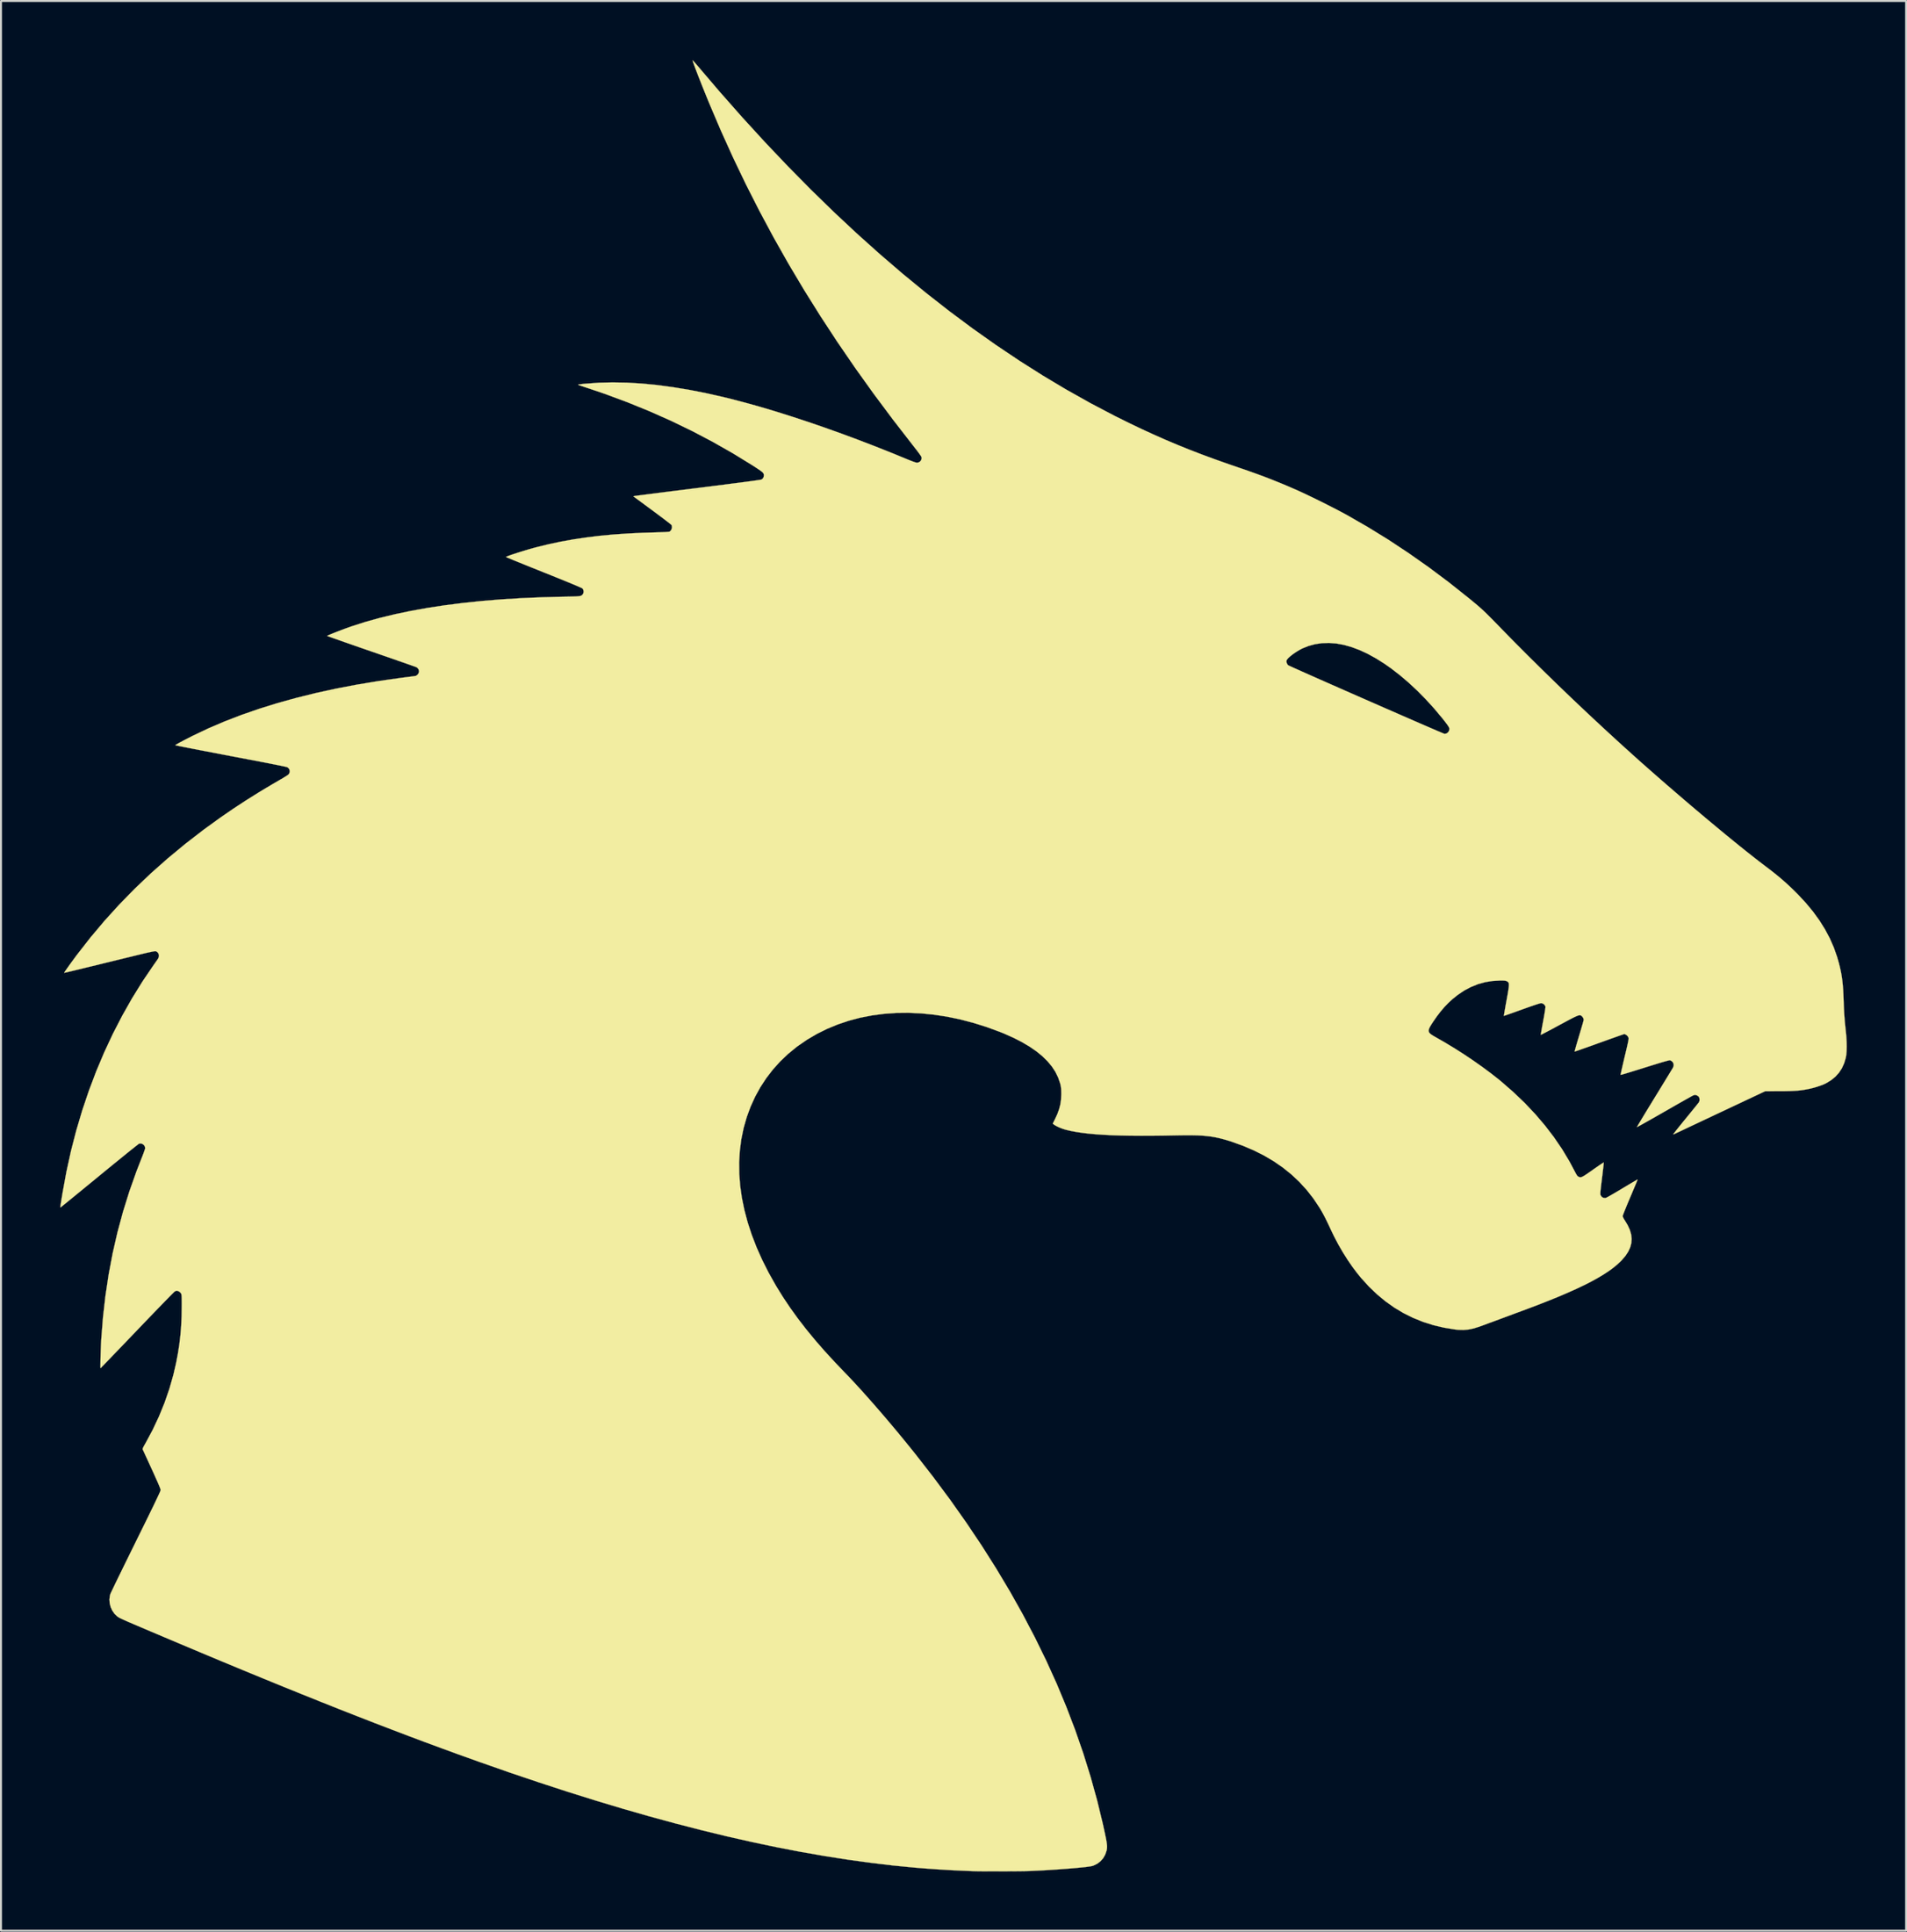
<source format=kicad_pcb>
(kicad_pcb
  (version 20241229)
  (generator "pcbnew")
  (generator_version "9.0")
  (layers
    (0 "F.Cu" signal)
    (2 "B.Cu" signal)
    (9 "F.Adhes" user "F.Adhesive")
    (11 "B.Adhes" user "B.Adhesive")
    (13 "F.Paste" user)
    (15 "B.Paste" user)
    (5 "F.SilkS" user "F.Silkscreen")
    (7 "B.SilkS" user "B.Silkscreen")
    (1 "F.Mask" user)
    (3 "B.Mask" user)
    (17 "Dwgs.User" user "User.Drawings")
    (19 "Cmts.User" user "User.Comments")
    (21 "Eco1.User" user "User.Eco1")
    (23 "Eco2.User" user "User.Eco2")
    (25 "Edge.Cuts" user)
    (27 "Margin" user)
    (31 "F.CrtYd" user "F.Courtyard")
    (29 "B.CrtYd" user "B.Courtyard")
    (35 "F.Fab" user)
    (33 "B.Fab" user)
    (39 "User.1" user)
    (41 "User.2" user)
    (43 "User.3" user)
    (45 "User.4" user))
  (footprint "Badge_DragonJAR_2024_Actualizado"
    (layer "F.Cu")
    (at 46.184 45.251)
    (property "Reference" "Badge_DragonJAR_2024_Actualizado" (at 0 0 0) (layer "F.SilkS") (effects (font (size 1.27 1.27) (thickness 0.15))))
    (attr through_hole)
    (fp_poly (pts (xy -14.18 -45.234) (xy -14.142 -45.195) (xy -14.086 -45.134) (xy -14.017 -45.055) (xy -13.967 -44.996) (xy -12.825 -43.658) (xy -11.68 -42.361) (xy -10.531 -41.106) (xy -9.379 -39.894) (xy -8.224 -38.723) (xy -7.066 -37.594) (xy -5.904 -36.507) (xy -4.738 -35.462) (xy -3.569 -34.458) (xy -2.396 -33.496) (xy -1.219 -32.575) (xy -0.038 -31.696) (xy 1.147 -30.858) (xy 2.336 -30.061) (xy 3.53 -29.305) (xy 4.728 -28.591) (xy 5.93 -27.917) (xy 7.136 -27.284) (xy 7.218 -27.243) (xy 7.861 -26.924) (xy 8.486 -26.624) (xy 9.102 -26.341) (xy 9.714 -26.07) (xy 10.329 -25.811) (xy 10.954 -25.558) (xy 11.597 -25.311) (xy 12.263 -25.066) (xy 12.961 -24.82) (xy 13.409 -24.666) (xy 13.879 -24.505) (xy 14.316 -24.349) (xy 14.729 -24.197) (xy 15.127 -24.043) (xy 15.517 -23.886) (xy 15.909 -23.722) (xy 16.311 -23.547) (xy 16.37 -23.522) (xy 16.576 -23.428) (xy 16.813 -23.318) (xy 17.071 -23.194) (xy 17.345 -23.061) (xy 17.626 -22.922) (xy 17.908 -22.781) (xy 18.182 -22.641) (xy 18.442 -22.507) (xy 18.681 -22.381) (xy 18.89 -22.268) (xy 18.906 -22.259) (xy 19.949 -21.66) (xy 20.987 -21.021) (xy 22.017 -20.341) (xy 23.039 -19.623) (xy 24.051 -18.866) (xy 25.051 -18.072) (xy 25.421 -17.767) (xy 25.529 -17.676) (xy 25.632 -17.586) (xy 25.735 -17.493) (xy 25.842 -17.393) (xy 25.958 -17.282) (xy 26.085 -17.156) (xy 26.229 -17.012) (xy 26.394 -16.844) (xy 26.583 -16.649) (xy 26.596 -16.636) (xy 27.299 -15.917) (xy 28.032 -15.181) (xy 28.789 -14.433) (xy 29.563 -13.679) (xy 30.35 -12.924) (xy 31.143 -12.175) (xy 31.937 -11.436) (xy 32.725 -10.713) (xy 33.501 -10.012) (xy 33.824 -9.724) (xy 34.235 -9.362) (xy 34.654 -8.994) (xy 35.08 -8.623) (xy 35.51 -8.253) (xy 35.94 -7.883) (xy 36.369 -7.518) (xy 36.794 -7.159) (xy 37.212 -6.808) (xy 37.621 -6.468) (xy 38.017 -6.14) (xy 38.399 -5.828) (xy 38.763 -5.532) (xy 39.107 -5.256) (xy 39.429 -5.002) (xy 39.725 -4.771) (xy 39.993 -4.566) (xy 40.047 -4.525) (xy 40.369 -4.28) (xy 40.661 -4.047) (xy 40.931 -3.821) (xy 41.187 -3.593) (xy 41.436 -3.359) (xy 41.687 -3.11) (xy 41.72 -3.077) (xy 42.122 -2.644) (xy 42.483 -2.208) (xy 42.803 -1.767) (xy 43.084 -1.319) (xy 43.327 -0.863) (xy 43.532 -0.396) (xy 43.701 0.083) (xy 43.794 0.409) (xy 43.848 0.632) (xy 43.894 0.843) (xy 43.931 1.05) (xy 43.961 1.262) (xy 43.985 1.486) (xy 44.004 1.731) (xy 44.018 2.003) (xy 44.027 2.233) (xy 44.036 2.497) (xy 44.046 2.729) (xy 44.057 2.938) (xy 44.071 3.133) (xy 44.086 3.326) (xy 44.105 3.525) (xy 44.128 3.741) (xy 44.138 3.831) (xy 44.164 4.106) (xy 44.18 4.368) (xy 44.185 4.613) (xy 44.179 4.834) (xy 44.163 5.026) (xy 44.137 5.179) (xy 44.054 5.458) (xy 43.94 5.709) (xy 43.792 5.934) (xy 43.611 6.134) (xy 43.396 6.31) (xy 43.146 6.462) (xy 43.105 6.483) (xy 42.988 6.536) (xy 42.84 6.591) (xy 42.675 6.646) (xy 42.504 6.696) (xy 42.338 6.737) (xy 42.331 6.739) (xy 42.17 6.772) (xy 42.014 6.8) (xy 41.856 6.822) (xy 41.691 6.839) (xy 41.51 6.851) (xy 41.308 6.86) (xy 41.077 6.865) (xy 40.812 6.867) (xy 40.778 6.867) (xy 40.058 6.869) (xy 37.793 7.935) (xy 37.501 8.072) (xy 37.218 8.205) (xy 36.948 8.333) (xy 36.693 8.453) (xy 36.455 8.565) (xy 36.237 8.668) (xy 36.042 8.76) (xy 35.871 8.841) (xy 35.727 8.909) (xy 35.612 8.963) (xy 35.53 9.002) (xy 35.481 9.025) (xy 35.47 9.031) (xy 35.43 9.046) (xy 35.412 9.043) (xy 35.412 9.042) (xy 35.425 9.023) (xy 35.462 8.974) (xy 35.521 8.899) (xy 35.599 8.801) (xy 35.693 8.683) (xy 35.801 8.55) (xy 35.92 8.403) (xy 36.042 8.253) (xy 36.171 8.096) (xy 36.292 7.947) (xy 36.403 7.81) (xy 36.502 7.689) (xy 36.584 7.586) (xy 36.648 7.507) (xy 36.691 7.453) (xy 36.709 7.43) (xy 36.739 7.355) (xy 36.744 7.266) (xy 36.723 7.183) (xy 36.702 7.147) (xy 36.652 7.104) (xy 36.587 7.071) (xy 36.578 7.068) (xy 36.52 7.055) (xy 36.47 7.061) (xy 36.406 7.086) (xy 36.405 7.086) (xy 36.371 7.104) (xy 36.304 7.14) (xy 36.207 7.195) (xy 36.082 7.265) (xy 35.933 7.349) (xy 35.763 7.445) (xy 35.575 7.552) (xy 35.372 7.668) (xy 35.158 7.791) (xy 34.946 7.912) (xy 34.726 8.038) (xy 34.516 8.157) (xy 34.321 8.268) (xy 34.141 8.37) (xy 33.982 8.459) (xy 33.844 8.536) (xy 33.732 8.598) (xy 33.648 8.644) (xy 33.595 8.672) (xy 33.575 8.68) (xy 33.575 8.68) (xy 33.585 8.66) (xy 33.616 8.607) (xy 33.665 8.523) (xy 33.732 8.411) (xy 33.814 8.274) (xy 33.911 8.114) (xy 34.019 7.935) (xy 34.139 7.739) (xy 34.268 7.528) (xy 34.404 7.305) (xy 34.471 7.195) (xy 34.612 6.967) (xy 34.746 6.748) (xy 34.872 6.541) (xy 34.989 6.35) (xy 35.095 6.176) (xy 35.189 6.023) (xy 35.267 5.894) (xy 35.33 5.791) (xy 35.374 5.718) (xy 35.399 5.676) (xy 35.403 5.668) (xy 35.433 5.573) (xy 35.426 5.478) (xy 35.384 5.396) (xy 35.37 5.38) (xy 35.315 5.336) (xy 35.258 5.306) (xy 35.247 5.303) (xy 35.221 5.304) (xy 35.17 5.314) (xy 35.092 5.334) (xy 34.986 5.363) (xy 34.849 5.402) (xy 34.679 5.453) (xy 34.475 5.516) (xy 34.234 5.59) (xy 33.973 5.672) (xy 33.756 5.74) (xy 33.55 5.804) (xy 33.361 5.862) (xy 33.19 5.915) (xy 33.042 5.96) (xy 32.921 5.996) (xy 32.829 6.023) (xy 32.77 6.039) (xy 32.748 6.043) (xy 32.748 6.043) (xy 32.751 6.021) (xy 32.763 5.962) (xy 32.782 5.87) (xy 32.809 5.75) (xy 32.842 5.606) (xy 32.88 5.441) (xy 32.922 5.26) (xy 32.954 5.125) (xy 33.006 4.907) (xy 33.049 4.727) (xy 33.083 4.581) (xy 33.109 4.464) (xy 33.129 4.372) (xy 33.142 4.302) (xy 33.149 4.25) (xy 33.152 4.212) (xy 33.151 4.184) (xy 33.147 4.163) (xy 33.14 4.143) (xy 33.139 4.141) (xy 33.099 4.079) (xy 33.038 4.024) (xy 32.973 3.988) (xy 32.933 3.979) (xy 32.907 3.986) (xy 32.845 4.007) (xy 32.751 4.039) (xy 32.627 4.082) (xy 32.477 4.135) (xy 32.306 4.196) (xy 32.115 4.264) (xy 31.91 4.337) (xy 31.692 4.416) (xy 31.666 4.425) (xy 31.448 4.504) (xy 31.242 4.578) (xy 31.052 4.646) (xy 30.88 4.706) (xy 30.731 4.759) (xy 30.607 4.802) (xy 30.512 4.834) (xy 30.45 4.854) (xy 30.424 4.861) (xy 30.423 4.861) (xy 30.427 4.839) (xy 30.441 4.781) (xy 30.466 4.692) (xy 30.499 4.575) (xy 30.54 4.436) (xy 30.586 4.278) (xy 30.637 4.107) (xy 30.647 4.073) (xy 30.7 3.898) (xy 30.748 3.735) (xy 30.791 3.588) (xy 30.828 3.462) (xy 30.856 3.362) (xy 30.874 3.292) (xy 30.882 3.257) (xy 30.882 3.256) (xy 30.867 3.19) (xy 30.829 3.12) (xy 30.778 3.065) (xy 30.772 3.06) (xy 30.745 3.043) (xy 30.718 3.031) (xy 30.688 3.026) (xy 30.65 3.028) (xy 30.602 3.04) (xy 30.54 3.063) (xy 30.462 3.097) (xy 30.363 3.144) (xy 30.241 3.207) (xy 30.093 3.285) (xy 29.915 3.38) (xy 29.704 3.494) (xy 29.644 3.526) (xy 29.462 3.624) (xy 29.292 3.716) (xy 29.137 3.798) (xy 29 3.871) (xy 28.886 3.93) (xy 28.798 3.976) (xy 28.739 4.006) (xy 28.712 4.017) (xy 28.712 4.017) (xy 28.713 3.995) (xy 28.722 3.936) (xy 28.737 3.846) (xy 28.758 3.729) (xy 28.782 3.59) (xy 28.811 3.434) (xy 28.831 3.325) (xy 28.865 3.14) (xy 28.894 2.975) (xy 28.917 2.833) (xy 28.934 2.72) (xy 28.944 2.638) (xy 28.947 2.593) (xy 28.946 2.587) (xy 28.909 2.515) (xy 28.845 2.455) (xy 28.768 2.419) (xy 28.726 2.414) (xy 28.689 2.421) (xy 28.615 2.442) (xy 28.509 2.475) (xy 28.374 2.52) (xy 28.213 2.575) (xy 28.03 2.639) (xy 27.83 2.71) (xy 27.75 2.739) (xy 27.564 2.806) (xy 27.392 2.868) (xy 27.236 2.923) (xy 27.1 2.971) (xy 26.989 3.01) (xy 26.907 3.038) (xy 26.857 3.055) (xy 26.843 3.058) (xy 26.845 3.037) (xy 26.854 2.978) (xy 26.87 2.887) (xy 26.89 2.769) (xy 26.915 2.627) (xy 26.943 2.467) (xy 26.975 2.293) (xy 26.977 2.283) (xy 27.016 2.067) (xy 27.048 1.889) (xy 27.071 1.744) (xy 27.088 1.629) (xy 27.097 1.539) (xy 27.098 1.471) (xy 27.093 1.42) (xy 27.08 1.383) (xy 27.06 1.355) (xy 27.034 1.332) (xy 27.002 1.311) (xy 26.967 1.294) (xy 26.925 1.282) (xy 26.868 1.275) (xy 26.785 1.271) (xy 26.67 1.27) (xy 26.279 1.291) (xy 25.9 1.353) (xy 25.533 1.454) (xy 25.177 1.597) (xy 24.832 1.78) (xy 24.499 2.005) (xy 24.246 2.208) (xy 24.035 2.402) (xy 23.834 2.61) (xy 23.64 2.838) (xy 23.446 3.092) (xy 23.252 3.372) (xy 23.157 3.519) (xy 23.088 3.638) (xy 23.048 3.735) (xy 23.035 3.814) (xy 23.052 3.883) (xy 23.099 3.946) (xy 23.177 4.009) (xy 23.287 4.078) (xy 23.368 4.124) (xy 23.853 4.401) (xy 24.341 4.696) (xy 24.826 5.005) (xy 25.3 5.323) (xy 25.757 5.646) (xy 26.19 5.967) (xy 26.592 6.283) (xy 26.718 6.387) (xy 27.328 6.919) (xy 27.899 7.465) (xy 28.429 8.026) (xy 28.92 8.601) (xy 29.372 9.191) (xy 29.785 9.796) (xy 30.158 10.417) (xy 30.435 10.938) (xy 30.492 11.045) (xy 30.537 11.119) (xy 30.576 11.165) (xy 30.606 11.186) (xy 30.646 11.205) (xy 30.683 11.217) (xy 30.721 11.219) (xy 30.766 11.211) (xy 30.82 11.189) (xy 30.888 11.152) (xy 30.974 11.097) (xy 31.084 11.024) (xy 31.22 10.929) (xy 31.349 10.838) (xy 31.482 10.745) (xy 31.603 10.661) (xy 31.708 10.589) (xy 31.794 10.533) (xy 31.855 10.494) (xy 31.889 10.475) (xy 31.894 10.475) (xy 31.892 10.499) (xy 31.887 10.561) (xy 31.877 10.655) (xy 31.863 10.777) (xy 31.846 10.922) (xy 31.827 11.085) (xy 31.805 11.262) (xy 31.803 11.279) (xy 31.778 11.482) (xy 31.758 11.647) (xy 31.743 11.779) (xy 31.732 11.882) (xy 31.725 11.961) (xy 31.722 12.019) (xy 31.722 12.061) (xy 31.725 12.092) (xy 31.731 12.116) (xy 31.74 12.137) (xy 31.742 12.142) (xy 31.799 12.217) (xy 31.879 12.261) (xy 31.971 12.268) (xy 32.004 12.262) (xy 32.038 12.246) (xy 32.103 12.212) (xy 32.197 12.16) (xy 32.314 12.093) (xy 32.45 12.014) (xy 32.601 11.925) (xy 32.763 11.829) (xy 32.839 11.783) (xy 33.001 11.686) (xy 33.152 11.596) (xy 33.288 11.515) (xy 33.404 11.447) (xy 33.498 11.392) (xy 33.564 11.354) (xy 33.601 11.334) (xy 33.606 11.332) (xy 33.6 11.352) (xy 33.578 11.407) (xy 33.543 11.494) (xy 33.496 11.607) (xy 33.438 11.744) (xy 33.372 11.901) (xy 33.3 12.073) (xy 33.232 12.232) (xy 33.154 12.417) (xy 33.081 12.591) (xy 33.015 12.751) (xy 32.958 12.891) (xy 32.911 13.009) (xy 32.877 13.1) (xy 32.856 13.16) (xy 32.851 13.183) (xy 32.863 13.229) (xy 32.897 13.299) (xy 32.947 13.383) (xy 32.958 13.399) (xy 33.106 13.644) (xy 33.214 13.882) (xy 33.28 14.111) (xy 33.304 14.335) (xy 33.288 14.554) (xy 33.229 14.77) (xy 33.129 14.985) (xy 32.987 15.198) (xy 32.803 15.413) (xy 32.755 15.462) (xy 32.577 15.629) (xy 32.373 15.796) (xy 32.143 15.965) (xy 31.883 16.135) (xy 31.594 16.308) (xy 31.274 16.484) (xy 30.922 16.664) (xy 30.535 16.848) (xy 30.113 17.038) (xy 29.655 17.235) (xy 29.159 17.437) (xy 28.623 17.648) (xy 28.332 17.759) (xy 28.23 17.797) (xy 28.096 17.848) (xy 27.933 17.909) (xy 27.746 17.978) (xy 27.541 18.054) (xy 27.323 18.135) (xy 27.097 18.219) (xy 26.868 18.304) (xy 26.641 18.388) (xy 26.422 18.469) (xy 26.215 18.546) (xy 26.025 18.615) (xy 25.859 18.677) (xy 25.72 18.728) (xy 25.614 18.766) (xy 25.589 18.775) (xy 25.317 18.861) (xy 25.059 18.915) (xy 24.803 18.938) (xy 24.538 18.931) (xy 24.373 18.914) (xy 23.811 18.822) (xy 23.269 18.693) (xy 22.748 18.528) (xy 22.247 18.325) (xy 21.765 18.086) (xy 21.302 17.809) (xy 20.858 17.494) (xy 20.431 17.141) (xy 20.022 16.75) (xy 19.63 16.32) (xy 19.426 16.071) (xy 19.18 15.745) (xy 18.934 15.387) (xy 18.694 15.005) (xy 18.465 14.61) (xy 18.255 14.21) (xy 18.103 13.896) (xy 17.993 13.658) (xy 17.895 13.453) (xy 17.806 13.274) (xy 17.723 13.115) (xy 17.643 12.969) (xy 17.562 12.83) (xy 17.516 12.754) (xy 17.208 12.293) (xy 16.869 11.86) (xy 16.5 11.456) (xy 16.1 11.08) (xy 15.668 10.732) (xy 15.206 10.412) (xy 14.711 10.12) (xy 14.185 9.856) (xy 13.627 9.619) (xy 13.049 9.413) (xy 12.825 9.343) (xy 12.614 9.283) (xy 12.411 9.232) (xy 12.211 9.191) (xy 12.007 9.157) (xy 11.796 9.132) (xy 11.572 9.113) (xy 11.329 9.101) (xy 11.062 9.095) (xy 10.766 9.094) (xy 10.436 9.098) (xy 10.266 9.101) (xy 9.622 9.113) (xy 9.02 9.12) (xy 8.456 9.121) (xy 7.931 9.117) (xy 7.443 9.107) (xy 6.989 9.092) (xy 6.57 9.07) (xy 6.184 9.043) (xy 5.83 9.011) (xy 5.505 8.972) (xy 5.209 8.927) (xy 4.941 8.877) (xy 4.7 8.82) (xy 4.636 8.803) (xy 4.512 8.763) (xy 4.382 8.713) (xy 4.259 8.657) (xy 4.155 8.602) (xy 4.092 8.561) (xy 4.022 8.507) (xy 4.136 8.281) (xy 4.255 8.023) (xy 4.343 7.781) (xy 4.404 7.546) (xy 4.44 7.307) (xy 4.453 7.054) (xy 4.454 6.996) (xy 4.452 6.86) (xy 4.447 6.754) (xy 4.438 6.666) (xy 4.424 6.584) (xy 4.403 6.495) (xy 4.396 6.471) (xy 4.296 6.176) (xy 4.156 5.89) (xy 3.976 5.615) (xy 3.755 5.35) (xy 3.494 5.095) (xy 3.192 4.849) (xy 2.849 4.613) (xy 2.466 4.386) (xy 2.042 4.169) (xy 1.576 3.961) (xy 1.344 3.867) (xy 0.67 3.62) (xy -0.001 3.41) (xy -0.669 3.236) (xy -1.331 3.098) (xy -1.987 2.998) (xy -2.636 2.933) (xy -3.275 2.905) (xy -3.904 2.912) (xy -4.522 2.956) (xy -5.126 3.036) (xy -5.716 3.151) (xy -6.291 3.303) (xy -6.849 3.49) (xy -7.389 3.712) (xy -7.909 3.97) (xy -8.408 4.263) (xy -8.885 4.592) (xy -8.943 4.635) (xy -9.373 4.987) (xy -9.771 5.366) (xy -10.136 5.772) (xy -10.469 6.204) (xy -10.768 6.66) (xy -11.033 7.14) (xy -11.262 7.641) (xy -11.455 8.163) (xy -11.611 8.706) (xy -11.62 8.742) (xy -11.735 9.302) (xy -11.809 9.874) (xy -11.844 10.456) (xy -11.838 11.047) (xy -11.792 11.647) (xy -11.706 12.255) (xy -11.58 12.87) (xy -11.415 13.492) (xy -11.21 14.119) (xy -10.966 14.752) (xy -10.683 15.388) (xy -10.361 16.028) (xy -10 16.671) (xy -9.965 16.73) (xy -9.627 17.276) (xy -9.263 17.819) (xy -8.872 18.361) (xy -8.452 18.905) (xy -8 19.454) (xy -7.515 20.011) (xy -6.994 20.577) (xy -6.551 21.04) (xy -6.264 21.338) (xy -5.957 21.667) (xy -5.631 22.023) (xy -5.292 22.403) (xy -4.941 22.802) (xy -4.582 23.216) (xy -4.219 23.643) (xy -3.854 24.078) (xy -3.491 24.518) (xy -3.134 24.958) (xy -2.932 25.209) (xy -2.03 26.367) (xy -1.17 27.524) (xy -0.352 28.682) (xy 0.425 29.84) (xy 1.159 30.998) (xy 1.853 32.158) (xy 2.505 33.319) (xy 3.116 34.483) (xy 3.687 35.649) (xy 4.217 36.817) (xy 4.706 37.989) (xy 5.155 39.164) (xy 5.564 40.343) (xy 5.933 41.526) (xy 6.263 42.713) (xy 6.553 43.906) (xy 6.647 44.334) (xy 6.688 44.531) (xy 6.721 44.693) (xy 6.744 44.825) (xy 6.759 44.933) (xy 6.767 45.022) (xy 6.767 45.099) (xy 6.761 45.168) (xy 6.75 45.235) (xy 6.743 45.263) (xy 6.675 45.463) (xy 6.573 45.642) (xy 6.439 45.796) (xy 6.278 45.921) (xy 6.092 46.013) (xy 6.032 46.034) (xy 5.966 46.049) (xy 5.861 46.066) (xy 5.722 46.085) (xy 5.552 46.104) (xy 5.355 46.124) (xy 5.134 46.145) (xy 4.895 46.165) (xy 4.64 46.185) (xy 4.373 46.205) (xy 4.099 46.224) (xy 3.821 46.242) (xy 3.542 46.258) (xy 3.267 46.273) (xy 3 46.285) (xy 2.857 46.291) (xy 2.741 46.295) (xy 2.588 46.298) (xy 2.405 46.301) (xy 2.197 46.303) (xy 1.971 46.305) (xy 1.733 46.306) (xy 1.487 46.307) (xy 1.24 46.308) (xy 0.998 46.308) (xy 0.766 46.308) (xy 0.55 46.307) (xy 0.355 46.305) (xy 0.189 46.303) (xy 0.056 46.3) (xy 0 46.299) (xy -0.608 46.274) (xy -1.214 46.244) (xy -1.807 46.208) (xy -2.379 46.168) (xy -2.919 46.124) (xy -2.953 46.121) (xy -4.071 46.011) (xy -5.208 45.876) (xy -6.363 45.716) (xy -7.537 45.532) (xy -8.732 45.323) (xy -9.948 45.089) (xy -11.185 44.829) (xy -12.446 44.544) (xy -13.73 44.232) (xy -15.038 43.895) (xy -16.372 43.532) (xy -17.732 43.142) (xy -19.119 42.725) (xy -20.534 42.282) (xy -21.977 41.811) (xy -23.451 41.314) (xy -24.954 40.788) (xy -26.046 40.397) (xy -26.867 40.097) (xy -27.699 39.79) (xy -28.541 39.474) (xy -29.397 39.149) (xy -30.268 38.815) (xy -31.156 38.469) (xy -32.064 38.113) (xy -32.992 37.744) (xy -33.943 37.362) (xy -34.92 36.967) (xy -35.923 36.557) (xy -36.956 36.132) (xy -38.019 35.691) (xy -39.115 35.233) (xy -40.246 34.757) (xy -40.915 34.475) (xy -41.26 34.328) (xy -41.569 34.198) (xy -41.842 34.082) (xy -42.084 33.979) (xy -42.295 33.889) (xy -42.479 33.811) (xy -42.636 33.743) (xy -42.77 33.685) (xy -42.883 33.635) (xy -42.977 33.593) (xy -43.054 33.558) (xy -43.116 33.529) (xy -43.166 33.504) (xy -43.206 33.483) (xy -43.237 33.465) (xy -43.263 33.448) (xy -43.285 33.432) (xy -43.306 33.416) (xy -43.309 33.414) (xy -43.446 33.281) (xy -43.555 33.123) (xy -43.635 32.946) (xy -43.683 32.758) (xy -43.697 32.567) (xy -43.675 32.379) (xy -43.65 32.29) (xy -43.635 32.255) (xy -43.603 32.186) (xy -43.554 32.083) (xy -43.49 31.949) (xy -43.412 31.786) (xy -43.32 31.597) (xy -43.217 31.385) (xy -43.102 31.151) (xy -42.978 30.898) (xy -42.846 30.628) (xy -42.706 30.343) (xy -42.56 30.047) (xy -42.409 29.741) (xy -42.356 29.633) (xy -42.164 29.243) (xy -41.989 28.89) (xy -41.833 28.572) (xy -41.694 28.288) (xy -41.571 28.036) (xy -41.464 27.816) (xy -41.373 27.626) (xy -41.296 27.465) (xy -41.233 27.331) (xy -41.183 27.223) (xy -41.146 27.14) (xy -41.122 27.081) (xy -41.109 27.044) (xy -41.106 27.03) (xy -41.113 26.995) (xy -41.136 26.929) (xy -41.174 26.832) (xy -41.229 26.702) (xy -41.301 26.539) (xy -41.39 26.34) (xy -41.496 26.105) (xy -41.542 26.004) (xy -41.629 25.814) (xy -41.712 25.635) (xy -41.787 25.47) (xy -41.855 25.324) (xy -41.912 25.199) (xy -41.957 25.101) (xy -41.989 25.033) (xy -42.005 24.999) (xy -42.006 24.998) (xy -42.015 24.975) (xy -42.015 24.949) (xy -42.005 24.913) (xy -41.982 24.862) (xy -41.942 24.788) (xy -41.884 24.685) (xy -41.875 24.67) (xy -41.514 23.998) (xy -41.192 23.314) (xy -40.908 22.618) (xy -40.664 21.913) (xy -40.461 21.201) (xy -40.325 20.612) (xy -40.233 20.129) (xy -40.16 19.664) (xy -40.106 19.204) (xy -40.068 18.738) (xy -40.046 18.254) (xy -40.039 17.791) (xy -40.038 17.609) (xy -40.039 17.465) (xy -40.04 17.353) (xy -40.042 17.268) (xy -40.046 17.206) (xy -40.051 17.162) (xy -40.058 17.13) (xy -40.068 17.105) (xy -40.078 17.087) (xy -40.133 17.025) (xy -40.207 16.977) (xy -40.282 16.955) (xy -40.294 16.955) (xy -40.338 16.965) (xy -40.393 16.991) (xy -40.399 16.995) (xy -40.422 17.015) (xy -40.472 17.064) (xy -40.548 17.14) (xy -40.647 17.24) (xy -40.768 17.364) (xy -40.91 17.509) (xy -41.069 17.673) (xy -41.245 17.855) (xy -41.436 18.052) (xy -41.639 18.263) (xy -41.854 18.486) (xy -42.077 18.719) (xy -42.301 18.953) (xy -42.531 19.192) (xy -42.752 19.423) (xy -42.964 19.644) (xy -43.164 19.852) (xy -43.35 20.046) (xy -43.522 20.224) (xy -43.676 20.384) (xy -43.812 20.525) (xy -43.927 20.644) (xy -44.02 20.74) (xy -44.09 20.811) (xy -44.133 20.855) (xy -44.149 20.87) (xy -44.149 20.87) (xy -44.152 20.85) (xy -44.154 20.793) (xy -44.153 20.705) (xy -44.152 20.591) (xy -44.15 20.457) (xy -44.146 20.308) (xy -44.141 20.15) (xy -44.136 19.988) (xy -44.13 19.828) (xy -44.124 19.675) (xy -44.117 19.536) (xy -44.111 19.42) (xy -44.023 18.302) (xy -43.898 17.203) (xy -43.734 16.12) (xy -43.532 15.054) (xy -43.291 14.003) (xy -43.011 12.966) (xy -42.692 11.943) (xy -42.334 10.932) (xy -42.081 10.283) (xy -42.027 10.147) (xy -41.979 10.021) (xy -41.939 9.911) (xy -41.909 9.824) (xy -41.892 9.765) (xy -41.889 9.746) (xy -41.908 9.658) (xy -41.958 9.585) (xy -42.03 9.533) (xy -42.114 9.509) (xy -42.196 9.518) (xy -42.22 9.534) (xy -42.274 9.575) (xy -42.356 9.639) (xy -42.465 9.726) (xy -42.599 9.832) (xy -42.755 9.957) (xy -42.93 10.099) (xy -43.124 10.256) (xy -43.334 10.427) (xy -43.558 10.609) (xy -43.794 10.801) (xy -44.039 11.002) (xy -44.201 11.135) (xy -44.45 11.34) (xy -44.691 11.537) (xy -44.921 11.725) (xy -45.138 11.903) (xy -45.34 12.068) (xy -45.524 12.218) (xy -45.69 12.353) (xy -45.834 12.471) (xy -45.955 12.569) (xy -46.051 12.647) (xy -46.119 12.702) (xy -46.158 12.733) (xy -46.167 12.739) (xy -46.173 12.74) (xy -46.177 12.737) (xy -46.179 12.725) (xy -46.177 12.7) (xy -46.173 12.659) (xy -46.164 12.596) (xy -46.15 12.51) (xy -46.132 12.394) (xy -46.108 12.246) (xy -46.077 12.062) (xy -46.066 11.993) (xy -45.871 10.931) (xy -45.64 9.882) (xy -45.373 8.849) (xy -45.071 7.833) (xy -44.734 6.836) (xy -44.364 5.858) (xy -43.96 4.901) (xy -43.523 3.967) (xy -43.054 3.058) (xy -42.554 2.174) (xy -42.023 1.317) (xy -41.511 0.561) (xy -41.436 0.454) (xy -41.366 0.354) (xy -41.306 0.269) (xy -41.262 0.204) (xy -41.239 0.172) (xy -41.198 0.08) (xy -41.193 -0.015) (xy -41.222 -0.102) (xy -41.282 -0.172) (xy -41.326 -0.199) (xy -41.338 -0.204) (xy -41.351 -0.208) (xy -41.367 -0.211) (xy -41.389 -0.211) (xy -41.419 -0.209) (xy -41.46 -0.203) (xy -41.513 -0.194) (xy -41.581 -0.18) (xy -41.666 -0.161) (xy -41.771 -0.138) (xy -41.898 -0.108) (xy -42.05 -0.072) (xy -42.227 -0.029) (xy -42.434 0.021) (xy -42.672 0.079) (xy -42.944 0.145) (xy -43.252 0.221) (xy -43.597 0.305) (xy -43.69 0.328) (xy -43.993 0.402) (xy -44.285 0.474) (xy -44.562 0.541) (xy -44.823 0.605) (xy -45.064 0.663) (xy -45.283 0.716) (xy -45.477 0.763) (xy -45.644 0.803) (xy -45.781 0.836) (xy -45.885 0.86) (xy -45.954 0.876) (xy -45.986 0.883) (xy -45.987 0.883) (xy -45.978 0.864) (xy -45.947 0.815) (xy -45.897 0.741) (xy -45.831 0.647) (xy -45.753 0.537) (xy -45.666 0.415) (xy -45.572 0.287) (xy -45.476 0.156) (xy -45.381 0.026) (xy -45.329 -0.042) (xy -44.653 -0.907) (xy -43.943 -1.75) (xy -43.198 -2.57) (xy -42.417 -3.369) (xy -41.601 -4.146) (xy -40.748 -4.901) (xy -39.859 -5.636) (xy -38.934 -6.351) (xy -38.068 -6.977) (xy -37.439 -7.409) (xy -36.8 -7.828) (xy -36.142 -8.24) (xy -35.456 -8.651) (xy -35.131 -8.84) (xy -35.005 -8.913) (xy -34.889 -8.982) (xy -34.789 -9.044) (xy -34.71 -9.094) (xy -34.658 -9.129) (xy -34.645 -9.14) (xy -34.592 -9.215) (xy -34.573 -9.301) (xy -34.588 -9.387) (xy -34.634 -9.463) (xy -34.699 -9.512) (xy -34.731 -9.522) (xy -34.801 -9.539) (xy -34.906 -9.562) (xy -35.04 -9.59) (xy -35.201 -9.623) (xy -35.384 -9.66) (xy -35.586 -9.7) (xy -35.803 -9.743) (xy -36.031 -9.786) (xy -36.036 -9.787) (xy -36.594 -9.893) (xy -37.11 -9.992) (xy -37.586 -10.082) (xy -38.023 -10.166) (xy -38.419 -10.242) (xy -38.778 -10.31) (xy -39.098 -10.372) (xy -39.381 -10.427) (xy -39.626 -10.475) (xy -39.836 -10.516) (xy -40.009 -10.55) (xy -40.148 -10.578) (xy -40.252 -10.599) (xy -40.322 -10.614) (xy -40.359 -10.623) (xy -40.365 -10.626) (xy -40.347 -10.641) (xy -40.295 -10.673) (xy -40.213 -10.72) (xy -40.106 -10.778) (xy -39.979 -10.846) (xy -39.834 -10.922) (xy -39.677 -11.002) (xy -39.512 -11.086) (xy -39.465 -11.109) (xy -38.686 -11.478) (xy -37.87 -11.827) (xy -37.018 -12.155) (xy -36.131 -12.463) (xy -35.208 -12.75) (xy -34.25 -13.016) (xy -33.259 -13.261) (xy -32.234 -13.485) (xy -31.175 -13.687) (xy -30.085 -13.868) (xy -28.962 -14.027) (xy -28.749 -14.055) (xy -28.606 -14.073) (xy -28.475 -14.09) (xy -28.362 -14.105) (xy -28.275 -14.117) (xy -28.22 -14.125) (xy -28.204 -14.128) (xy -28.163 -14.149) (xy -28.112 -14.189) (xy -28.099 -14.203) (xy -28.05 -14.281) (xy -28.036 -14.369) (xy -28.057 -14.454) (xy -28.109 -14.528) (xy -28.168 -14.57) (xy -28.195 -14.58) (xy -28.26 -14.604) (xy -28.36 -14.639) (xy -28.491 -14.686) (xy -28.652 -14.742) (xy -28.841 -14.808) (xy -29.053 -14.882) (xy -29.108 -14.902) (xy 15.843 -14.902) (xy 15.844 -14.829) (xy 15.87 -14.749) (xy 15.913 -14.683) (xy 15.928 -14.669) (xy 15.952 -14.656) (xy 16.014 -14.627) (xy 16.109 -14.583) (xy 16.236 -14.525) (xy 16.394 -14.455) (xy 16.578 -14.372) (xy 16.788 -14.279) (xy 17.021 -14.175) (xy 17.275 -14.063) (xy 17.547 -13.942) (xy 17.836 -13.815) (xy 18.138 -13.681) (xy 18.453 -13.543) (xy 18.777 -13.4) (xy 19.109 -13.254) (xy 19.445 -13.107) (xy 19.785 -12.957) (xy 20.125 -12.808) (xy 20.464 -12.66) (xy 20.798 -12.513) (xy 21.127 -12.37) (xy 21.448 -12.23) (xy 21.757 -12.094) (xy 22.054 -11.965) (xy 22.337 -11.842) (xy 22.601 -11.727) (xy 22.847 -11.621) (xy 23.07 -11.524) (xy 23.27 -11.438) (xy 23.443 -11.363) (xy 23.588 -11.302) (xy 23.703 -11.253) (xy 23.784 -11.22) (xy 23.83 -11.201) (xy 23.84 -11.198) (xy 23.902 -11.208) (xy 23.961 -11.229) (xy 24.029 -11.286) (xy 24.074 -11.367) (xy 24.088 -11.446) (xy 24.084 -11.48) (xy 24.069 -11.52) (xy 24.042 -11.571) (xy 23.999 -11.637) (xy 23.937 -11.722) (xy 23.855 -11.829) (xy 23.748 -11.964) (xy 23.724 -11.994) (xy 23.321 -12.476) (xy 22.9 -12.939) (xy 22.466 -13.379) (xy 22.022 -13.792) (xy 21.573 -14.174) (xy 21.123 -14.52) (xy 20.807 -14.742) (xy 20.376 -15.013) (xy 19.956 -15.245) (xy 19.544 -15.436) (xy 19.143 -15.586) (xy 18.751 -15.697) (xy 18.37 -15.767) (xy 17.999 -15.796) (xy 17.64 -15.785) (xy 17.291 -15.733) (xy 16.953 -15.641) (xy 16.664 -15.525) (xy 16.533 -15.459) (xy 16.399 -15.381) (xy 16.267 -15.296) (xy 16.143 -15.207) (xy 16.034 -15.12) (xy 15.944 -15.039) (xy 15.879 -14.967) (xy 15.846 -14.91) (xy 15.843 -14.902) (xy -29.108 -14.902) (xy -29.287 -14.964) (xy -29.54 -15.052) (xy -29.809 -15.145) (xy -30.092 -15.243) (xy -30.387 -15.345) (xy -30.454 -15.368) (xy -30.749 -15.47) (xy -31.032 -15.568) (xy -31.302 -15.662) (xy -31.555 -15.75) (xy -31.789 -15.832) (xy -32.001 -15.907) (xy -32.189 -15.973) (xy -32.351 -16.03) (xy -32.483 -16.077) (xy -32.584 -16.114) (xy -32.65 -16.139) (xy -32.68 -16.151) (xy -32.681 -16.151) (xy -32.662 -16.164) (xy -32.609 -16.189) (xy -32.526 -16.225) (xy -32.42 -16.269) (xy -32.295 -16.319) (xy -32.157 -16.373) (xy -32.011 -16.429) (xy -31.862 -16.485) (xy -31.716 -16.539) (xy -31.578 -16.589) (xy -31.454 -16.633) (xy -31.443 -16.636) (xy -30.753 -16.857) (xy -30.024 -17.06) (xy -29.257 -17.245) (xy -28.453 -17.414) (xy -27.612 -17.565) (xy -26.735 -17.699) (xy -25.822 -17.815) (xy -24.873 -17.914) (xy -23.888 -17.995) (xy -22.87 -18.058) (xy -21.817 -18.104) (xy -20.73 -18.132) (xy -20.712 -18.132) (xy -20.496 -18.136) (xy -20.319 -18.14) (xy -20.176 -18.144) (xy -20.063 -18.149) (xy -19.975 -18.156) (xy -19.909 -18.164) (xy -19.859 -18.176) (xy -19.823 -18.191) (xy -19.795 -18.21) (xy -19.771 -18.233) (xy -19.748 -18.261) (xy -19.748 -18.261) (xy -19.715 -18.334) (xy -19.711 -18.421) (xy -19.736 -18.504) (xy -19.773 -18.554) (xy -19.801 -18.57) (xy -19.868 -18.601) (xy -19.972 -18.647) (xy -20.111 -18.706) (xy -20.284 -18.779) (xy -20.49 -18.864) (xy -20.728 -18.961) (xy -20.997 -19.07) (xy -21.294 -19.19) (xy -21.619 -19.321) (xy -21.728 -19.364) (xy -21.998 -19.472) (xy -22.256 -19.576) (xy -22.501 -19.674) (xy -22.729 -19.766) (xy -22.937 -19.851) (xy -23.123 -19.926) (xy -23.285 -19.992) (xy -23.419 -20.048) (xy -23.522 -20.091) (xy -23.593 -20.121) (xy -23.629 -20.138) (xy -23.633 -20.14) (xy -23.613 -20.155) (xy -23.557 -20.18) (xy -23.47 -20.213) (xy -23.356 -20.254) (xy -23.221 -20.299) (xy -23.067 -20.349) (xy -22.901 -20.401) (xy -22.727 -20.455) (xy -22.55 -20.508) (xy -22.374 -20.558) (xy -22.203 -20.606) (xy -22.056 -20.645) (xy -21.452 -20.792) (xy -20.838 -20.921) (xy -20.21 -21.034) (xy -19.564 -21.13) (xy -18.897 -21.211) (xy -18.203 -21.276) (xy -17.481 -21.326) (xy -16.724 -21.363) (xy -16.223 -21.378) (xy -16.034 -21.384) (xy -15.859 -21.39) (xy -15.704 -21.396) (xy -15.573 -21.402) (xy -15.47 -21.409) (xy -15.4 -21.415) (xy -15.368 -21.42) (xy -15.367 -21.42) (xy -15.301 -21.477) (xy -15.256 -21.557) (xy -15.239 -21.646) (xy -15.252 -21.732) (xy -15.266 -21.761) (xy -15.288 -21.781) (xy -15.341 -21.824) (xy -15.421 -21.888) (xy -15.526 -21.968) (xy -15.652 -22.065) (xy -15.797 -22.174) (xy -15.957 -22.293) (xy -16.128 -22.421) (xy -16.244 -22.507) (xy -17.196 -23.209) (xy -17.112 -23.226) (xy -17.082 -23.23) (xy -17.012 -23.24) (xy -16.905 -23.254) (xy -16.762 -23.272) (xy -16.588 -23.295) (xy -16.383 -23.321) (xy -16.151 -23.35) (xy -15.894 -23.383) (xy -15.613 -23.419) (xy -15.312 -23.457) (xy -14.993 -23.497) (xy -14.658 -23.539) (xy -14.31 -23.583) (xy -13.95 -23.628) (xy -13.899 -23.634) (xy -13.412 -23.695) (xy -12.965 -23.752) (xy -12.557 -23.803) (xy -12.189 -23.851) (xy -11.862 -23.893) (xy -11.574 -23.931) (xy -11.328 -23.964) (xy -11.122 -23.992) (xy -10.957 -24.015) (xy -10.833 -24.034) (xy -10.751 -24.048) (xy -10.71 -24.056) (xy -10.707 -24.058) (xy -10.64 -24.114) (xy -10.599 -24.195) (xy -10.589 -24.286) (xy -10.592 -24.307) (xy -10.601 -24.34) (xy -10.617 -24.373) (xy -10.644 -24.407) (xy -10.685 -24.446) (xy -10.746 -24.493) (xy -10.828 -24.551) (xy -10.937 -24.624) (xy -11.075 -24.714) (xy -11.176 -24.779) (xy -12.161 -25.384) (xy -13.176 -25.961) (xy -14.219 -26.509) (xy -15.289 -27.027) (xy -16.384 -27.513) (xy -17.501 -27.967) (xy -18.639 -28.389) (xy -19.452 -28.665) (xy -19.592 -28.711) (xy -19.719 -28.753) (xy -19.826 -28.789) (xy -19.909 -28.817) (xy -19.962 -28.836) (xy -19.98 -28.843) (xy -19.983 -28.851) (xy -19.972 -28.858) (xy -19.94 -28.865) (xy -19.883 -28.873) (xy -19.795 -28.883) (xy -19.672 -28.896) (xy -19.615 -28.901) (xy -18.943 -28.95) (xy -18.245 -28.967) (xy -17.52 -28.954) (xy -16.769 -28.909) (xy -15.99 -28.833) (xy -15.184 -28.725) (xy -14.351 -28.587) (xy -13.489 -28.417) (xy -12.6 -28.215) (xy -12.255 -28.131) (xy -11.532 -27.942) (xy -10.778 -27.731) (xy -9.996 -27.498) (xy -9.189 -27.244) (xy -8.362 -26.972) (xy -7.518 -26.682) (xy -6.66 -26.375) (xy -5.792 -26.053) (xy -4.918 -25.717) (xy -4.041 -25.368) (xy -3.323 -25.072) (xy -3.194 -25.02) (xy -3.076 -24.975) (xy -2.975 -24.939) (xy -2.898 -24.916) (xy -2.853 -24.906) (xy -2.853 -24.906) (xy -2.764 -24.922) (xy -2.688 -24.969) (xy -2.634 -25.04) (xy -2.61 -25.124) (xy -2.613 -25.177) (xy -2.63 -25.217) (xy -2.671 -25.284) (xy -2.739 -25.379) (xy -2.832 -25.504) (xy -2.953 -25.66) (xy -3.034 -25.763) (xy -4.052 -27.075) (xy -5.029 -28.383) (xy -5.966 -29.691) (xy -6.864 -31) (xy -7.724 -32.312) (xy -8.548 -33.628) (xy -9.336 -34.95) (xy -10.089 -36.281) (xy -10.808 -37.621) (xy -11.495 -38.972) (xy -12.15 -40.338) (xy -12.775 -41.718) (xy -13.37 -43.115) (xy -13.599 -43.677) (xy -13.692 -43.91) (xy -13.781 -44.134) (xy -13.865 -44.346) (xy -13.942 -44.544) (xy -14.011 -44.724) (xy -14.072 -44.883) (xy -14.121 -45.017) (xy -14.16 -45.123) (xy -14.185 -45.198) (xy -14.197 -45.24) (xy -14.197 -45.246) (xy -14.18 -45.234)) (stroke (width 0.01) (type solid)) (fill yes) (layer "F.SilkS")))
  (gr_rect
    (start -3 -3)
    (end 93.374 94.564)
    (stroke (width 0.1) (type default))
    (fill no)
    (layer "Edge.Cuts")))
</source>
